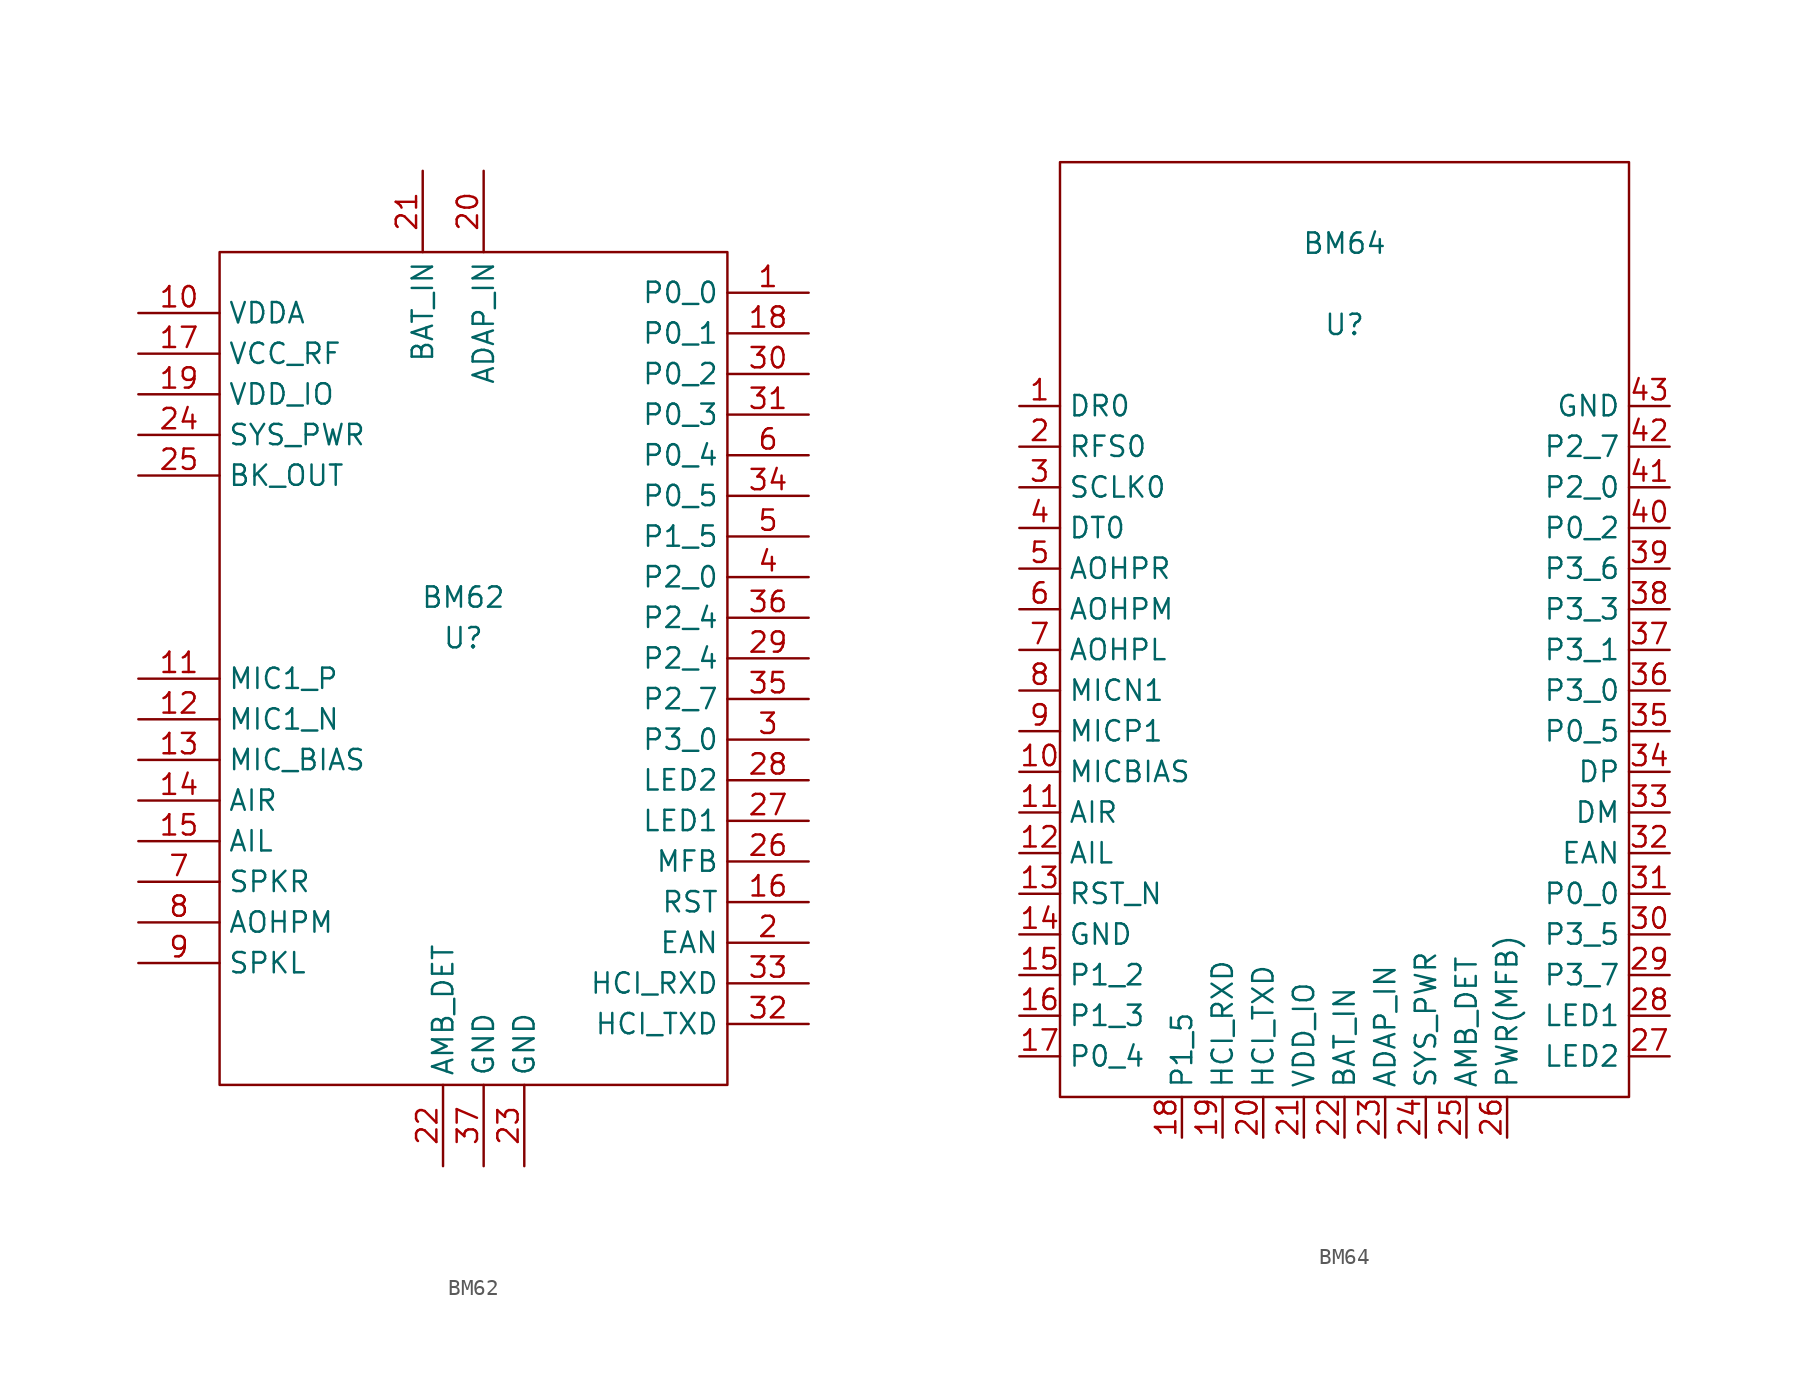
<source format=kicad_sym>
(kicad_symbol_lib
  (version 20200126)
  (host kicad_symbol_editor "5.99.0-unknown-6083c08~88~ubuntu18.04.1")
  (symbol "BM6x_new:BM62"
    (property "Reference" "U"
      (at 7.62 3.81 0)
      (effects (font (size 1.27 1.27))))
    (property "Value" "BM62"
      (at 7.62 6.35 0)
      (effects (font (size 1.27 1.27))))
    (symbol "BM62_0_1"
      (rectangle (start 24.13 27.94) (end -7.62 -24.13) (stroke (width 0)) (fill (type none))))
    (symbol "BM62_1_1"
      (pin bidirectional line (at 29.21 25.4 180) (length 5.08) (name "P0_0" (effects (font (size 1.27 1.27)))) (number "1" (effects (font (size 1.27 1.27)))))
      (pin power_out line (at -12.7 24.13 0) (length 5.08) (name "VDDA" (effects (font (size 1.27 1.27)))) (number "10" (effects (font (size 1.27 1.27)))))
      (pin input line (at -12.7 1.27 0) (length 5.08) (name "MIC1_P" (effects (font (size 1.27 1.27)))) (number "11" (effects (font (size 1.27 1.27)))))
      (pin input line (at -12.7 -1.27 0) (length 5.08) (name "MIC1_N" (effects (font (size 1.27 1.27)))) (number "12" (effects (font (size 1.27 1.27)))))
      (pin power_out line (at -12.7 -3.81 0) (length 5.08) (name "MIC_BIAS" (effects (font (size 1.27 1.27)))) (number "13" (effects (font (size 1.27 1.27)))))
      (pin input line (at -12.7 -6.35 0) (length 5.08) (name "AIR" (effects (font (size 1.27 1.27)))) (number "14" (effects (font (size 1.27 1.27)))))
      (pin input line (at -12.7 -8.89 0) (length 5.08) (name "AIL" (effects (font (size 1.27 1.27)))) (number "15" (effects (font (size 1.27 1.27)))))
      (pin input line (at 29.21 -12.7 180) (length 5.08) (name "RST" (effects (font (size 1.27 1.27)))) (number "16" (effects (font (size 1.27 1.27)))))
      (pin power_out line (at -12.7 21.59 0) (length 5.08) (name "VCC_RF" (effects (font (size 1.27 1.27)))) (number "17" (effects (font (size 1.27 1.27)))))
      (pin input line (at 29.21 22.86 180) (length 5.08) (name "P0_1" (effects (font (size 1.27 1.27)))) (number "18" (effects (font (size 1.27 1.27)))))
      (pin power_out line (at -12.7 19.05 0) (length 5.08) (name "VDD_IO" (effects (font (size 1.27 1.27)))) (number "19" (effects (font (size 1.27 1.27)))))
      (pin input line (at 29.21 -15.24 180) (length 5.08) (name "EAN" (effects (font (size 1.27 1.27)))) (number "2" (effects (font (size 1.27 1.27)))))
      (pin power_in line (at 8.89 33.02 270) (length 5.08) (name "ADAP_IN" (effects (font (size 1.27 1.27)))) (number "20" (effects (font (size 1.27 1.27)))))
      (pin power_in line (at 5.08 33.02 270) (length 5.08) (name "BAT_IN" (effects (font (size 1.27 1.27)))) (number "21" (effects (font (size 1.27 1.27)))))
      (pin input line (at 6.35 -29.21 90) (length 5.08) (name "AMB_DET" (effects (font (size 1.27 1.27)))) (number "22" (effects (font (size 1.27 1.27)))))
      (pin power_in line (at 11.43 -29.21 90) (length 5.08) (name "GND" (effects (font (size 1.27 1.27)))) (number "23" (effects (font (size 1.27 1.27)))))
      (pin power_out line (at -12.7 16.51 0) (length 5.08) (name "SYS_PWR" (effects (font (size 1.27 1.27)))) (number "24" (effects (font (size 1.27 1.27)))))
      (pin power_out line (at -12.7 13.97 0) (length 5.08) (name "BK_OUT" (effects (font (size 1.27 1.27)))) (number "25" (effects (font (size 1.27 1.27)))))
      (pin input line (at 29.21 -10.16 180) (length 5.08) (name "MFB" (effects (font (size 1.27 1.27)))) (number "26" (effects (font (size 1.27 1.27)))))
      (pin input line (at 29.21 -7.62 180) (length 5.08) (name "LED1" (effects (font (size 1.27 1.27)))) (number "27" (effects (font (size 1.27 1.27)))))
      (pin input line (at 29.21 -5.08 180) (length 5.08) (name "LED2" (effects (font (size 1.27 1.27)))) (number "28" (effects (font (size 1.27 1.27)))))
      (pin input line (at 29.21 2.54 180) (length 5.08) (name "P2_4" (effects (font (size 1.27 1.27)))) (number "29" (effects (font (size 1.27 1.27)))))
      (pin input line (at 29.21 -2.54 180) (length 5.08) (name "P3_0" (effects (font (size 1.27 1.27)))) (number "3" (effects (font (size 1.27 1.27)))))
      (pin input line (at 29.21 20.32 180) (length 5.08) (name "P0_2" (effects (font (size 1.27 1.27)))) (number "30" (effects (font (size 1.27 1.27)))))
      (pin bidirectional line (at 29.21 17.78 180) (length 5.08) (name "P0_3" (effects (font (size 1.27 1.27)))) (number "31" (effects (font (size 1.27 1.27)))))
      (pin output line (at 29.21 -20.32 180) (length 5.08) (name "HCI_TXD" (effects (font (size 1.27 1.27)))) (number "32" (effects (font (size 1.27 1.27)))))
      (pin input line (at 29.21 -17.78 180) (length 5.08) (name "HCI_RXD" (effects (font (size 1.27 1.27)))) (number "33" (effects (font (size 1.27 1.27)))))
      (pin input line (at 29.21 12.7 180) (length 5.08) (name "P0_5" (effects (font (size 1.27 1.27)))) (number "34" (effects (font (size 1.27 1.27)))))
      (pin input line (at 29.21 0 180) (length 5.08) (name "P2_7" (effects (font (size 1.27 1.27)))) (number "35" (effects (font (size 1.27 1.27)))))
      (pin input line (at 29.21 5.08 180) (length 5.08) (name "P2_4" (effects (font (size 1.27 1.27)))) (number "36" (effects (font (size 1.27 1.27)))))
      (pin power_in line (at 8.89 -29.21 90) (length 5.08) (name "GND" (effects (font (size 1.27 1.27)))) (number "37" (effects (font (size 1.27 1.27)))))
      (pin input line (at 29.21 7.62 180) (length 5.08) (name "P2_0" (effects (font (size 1.27 1.27)))) (number "4" (effects (font (size 1.27 1.27)))))
      (pin bidirectional line (at 29.21 10.16 180) (length 5.08) (name "P1_5" (effects (font (size 1.27 1.27)))) (number "5" (effects (font (size 1.27 1.27)))))
      (pin bidirectional line (at 29.21 15.24 180) (length 5.08) (name "P0_4" (effects (font (size 1.27 1.27)))) (number "6" (effects (font (size 1.27 1.27)))))
      (pin output line (at -12.7 -11.43 0) (length 5.08) (name "SPKR" (effects (font (size 1.27 1.27)))) (number "7" (effects (font (size 1.27 1.27)))))
      (pin output line (at -12.7 -13.97 0) (length 5.08) (name "AOHPM" (effects (font (size 1.27 1.27)))) (number "8" (effects (font (size 1.27 1.27)))))
      (pin output line (at -12.7 -16.51 0) (length 5.08) (name "SPKL" (effects (font (size 1.27 1.27)))) (number "9" (effects (font (size 1.27 1.27)))))))
  (symbol "BM6x_new:BM64"
    (property "Reference" "U"
      (at 0 30.48 0)
      (effects (font (size 1.27 1.27))))
    (property "Value" "BM64"
      (at 0 35.56 0)
      (effects (font (size 1.27 1.27))))
    (symbol "BM64_0_1"
      (rectangle (start -17.78 -17.78) (end 17.78 40.64) (stroke (width 0)) (fill (type none))))
    (symbol "BM64_1_1"
      (pin bidirectional line (at -20.32 25.4 0) (length 2.54) (name "DR0" (effects (font (size 1.27 1.27)))) (number "1" (effects (font (size 1.27 1.27)))))
      (pin bidirectional line (at -20.32 2.54 0) (length 2.54) (name "MICBIAS" (effects (font (size 1.27 1.27)))) (number "10" (effects (font (size 1.27 1.27)))))
      (pin bidirectional line (at -20.32 0 0) (length 2.54) (name "AIR" (effects (font (size 1.27 1.27)))) (number "11" (effects (font (size 1.27 1.27)))))
      (pin bidirectional line (at -20.32 -2.54 0) (length 2.54) (name "AIL" (effects (font (size 1.27 1.27)))) (number "12" (effects (font (size 1.27 1.27)))))
      (pin bidirectional line (at -20.32 -5.08 0) (length 2.54) (name "RST_N" (effects (font (size 1.27 1.27)))) (number "13" (effects (font (size 1.27 1.27)))))
      (pin power_in line (at -20.32 -7.62 0) (length 2.54) (name "GND" (effects (font (size 1.27 1.27)))) (number "14" (effects (font (size 1.27 1.27)))))
      (pin bidirectional line (at -20.32 -10.16 0) (length 2.54) (name "P1_2" (effects (font (size 1.27 1.27)))) (number "15" (effects (font (size 1.27 1.27)))))
      (pin bidirectional line (at -20.32 -12.7 0) (length 2.54) (name "P1_3" (effects (font (size 1.27 1.27)))) (number "16" (effects (font (size 1.27 1.27)))))
      (pin bidirectional line (at -20.32 -15.24 0) (length 2.54) (name "P0_4" (effects (font (size 1.27 1.27)))) (number "17" (effects (font (size 1.27 1.27)))))
      (pin bidirectional line (at -10.16 -20.32 90) (length 2.54) (name "P1_5" (effects (font (size 1.27 1.27)))) (number "18" (effects (font (size 1.27 1.27)))))
      (pin bidirectional line (at -7.62 -20.32 90) (length 2.54) (name "HCI_RXD" (effects (font (size 1.27 1.27)))) (number "19" (effects (font (size 1.27 1.27)))))
      (pin bidirectional line (at -20.32 22.86 0) (length 2.54) (name "RFS0" (effects (font (size 1.27 1.27)))) (number "2" (effects (font (size 1.27 1.27)))))
      (pin bidirectional line (at -5.08 -20.32 90) (length 2.54) (name "HCI_TXD" (effects (font (size 1.27 1.27)))) (number "20" (effects (font (size 1.27 1.27)))))
      (pin bidirectional line (at -2.54 -20.32 90) (length 2.54) (name "VDD_IO" (effects (font (size 1.27 1.27)))) (number "21" (effects (font (size 1.27 1.27)))))
      (pin bidirectional line (at 0 -20.32 90) (length 2.54) (name "BAT_IN" (effects (font (size 1.27 1.27)))) (number "22" (effects (font (size 1.27 1.27)))))
      (pin bidirectional line (at 2.54 -20.32 90) (length 2.54) (name "ADAP_IN" (effects (font (size 1.27 1.27)))) (number "23" (effects (font (size 1.27 1.27)))))
      (pin bidirectional line (at 5.08 -20.32 90) (length 2.54) (name "SYS_PWR" (effects (font (size 1.27 1.27)))) (number "24" (effects (font (size 1.27 1.27)))))
      (pin bidirectional line (at 7.62 -20.32 90) (length 2.54) (name "AMB_DET" (effects (font (size 1.27 1.27)))) (number "25" (effects (font (size 1.27 1.27)))))
      (pin bidirectional line (at 10.16 -20.32 90) (length 2.54) (name "PWR(MFB)" (effects (font (size 1.27 1.27)))) (number "26" (effects (font (size 1.27 1.27)))))
      (pin bidirectional line (at 20.32 -15.24 180) (length 2.54) (name "LED2" (effects (font (size 1.27 1.27)))) (number "27" (effects (font (size 1.27 1.27)))))
      (pin bidirectional line (at 20.32 -12.7 180) (length 2.54) (name "LED1" (effects (font (size 1.27 1.27)))) (number "28" (effects (font (size 1.27 1.27)))))
      (pin bidirectional line (at 20.32 -10.16 180) (length 2.54) (name "P3_7" (effects (font (size 1.27 1.27)))) (number "29" (effects (font (size 1.27 1.27)))))
      (pin bidirectional line (at -20.32 20.32 0) (length 2.54) (name "SCLK0" (effects (font (size 1.27 1.27)))) (number "3" (effects (font (size 1.27 1.27)))))
      (pin bidirectional line (at 20.32 -7.62 180) (length 2.54) (name "P3_5" (effects (font (size 1.27 1.27)))) (number "30" (effects (font (size 1.27 1.27)))))
      (pin bidirectional line (at 20.32 -5.08 180) (length 2.54) (name "P0_0" (effects (font (size 1.27 1.27)))) (number "31" (effects (font (size 1.27 1.27)))))
      (pin bidirectional line (at 20.32 -2.54 180) (length 2.54) (name "EAN" (effects (font (size 1.27 1.27)))) (number "32" (effects (font (size 1.27 1.27)))))
      (pin bidirectional line (at 20.32 0 180) (length 2.54) (name "DM" (effects (font (size 1.27 1.27)))) (number "33" (effects (font (size 1.27 1.27)))))
      (pin bidirectional line (at 20.32 2.54 180) (length 2.54) (name "DP" (effects (font (size 1.27 1.27)))) (number "34" (effects (font (size 1.27 1.27)))))
      (pin bidirectional line (at 20.32 5.08 180) (length 2.54) (name "P0_5" (effects (font (size 1.27 1.27)))) (number "35" (effects (font (size 1.27 1.27)))))
      (pin bidirectional line (at 20.32 7.62 180) (length 2.54) (name "P3_0" (effects (font (size 1.27 1.27)))) (number "36" (effects (font (size 1.27 1.27)))))
      (pin bidirectional line (at 20.32 10.16 180) (length 2.54) (name "P3_1" (effects (font (size 1.27 1.27)))) (number "37" (effects (font (size 1.27 1.27)))))
      (pin bidirectional line (at 20.32 12.7 180) (length 2.54) (name "P3_3" (effects (font (size 1.27 1.27)))) (number "38" (effects (font (size 1.27 1.27)))))
      (pin bidirectional line (at 20.32 15.24 180) (length 2.54) (name "P3_6" (effects (font (size 1.27 1.27)))) (number "39" (effects (font (size 1.27 1.27)))))
      (pin bidirectional line (at -20.32 17.78 0) (length 2.54) (name "DT0" (effects (font (size 1.27 1.27)))) (number "4" (effects (font (size 1.27 1.27)))))
      (pin bidirectional line (at 20.32 17.78 180) (length 2.54) (name "P0_2" (effects (font (size 1.27 1.27)))) (number "40" (effects (font (size 1.27 1.27)))))
      (pin bidirectional line (at 20.32 20.32 180) (length 2.54) (name "P2_0" (effects (font (size 1.27 1.27)))) (number "41" (effects (font (size 1.27 1.27)))))
      (pin bidirectional line (at 20.32 22.86 180) (length 2.54) (name "P2_7" (effects (font (size 1.27 1.27)))) (number "42" (effects (font (size 1.27 1.27)))))
      (pin bidirectional line (at 20.32 25.4 180) (length 2.54) (name "GND" (effects (font (size 1.27 1.27)))) (number "43" (effects (font (size 1.27 1.27)))))
      (pin bidirectional line (at -20.32 15.24 0) (length 2.54) (name "AOHPR" (effects (font (size 1.27 1.27)))) (number "5" (effects (font (size 1.27 1.27)))))
      (pin bidirectional line (at -20.32 12.7 0) (length 2.54) (name "AOHPM" (effects (font (size 1.27 1.27)))) (number "6" (effects (font (size 1.27 1.27)))))
      (pin bidirectional line (at -20.32 10.16 0) (length 2.54) (name "AOHPL" (effects (font (size 1.27 1.27)))) (number "7" (effects (font (size 1.27 1.27)))))
      (pin bidirectional line (at -20.32 7.62 0) (length 2.54) (name "MICN1" (effects (font (size 1.27 1.27)))) (number "8" (effects (font (size 1.27 1.27)))))
      (pin bidirectional line (at -20.32 5.08 0) (length 2.54) (name "MICP1" (effects (font (size 1.27 1.27)))) (number "9" (effects (font (size 1.27 1.27))))))))
</source>
